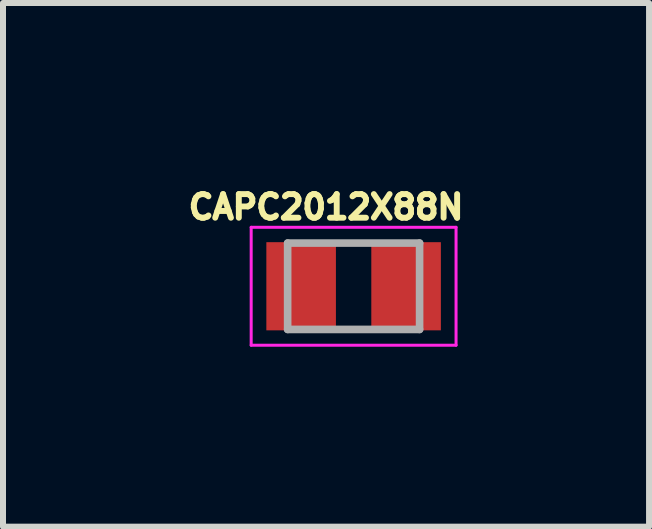
<source format=kicad_pcb>
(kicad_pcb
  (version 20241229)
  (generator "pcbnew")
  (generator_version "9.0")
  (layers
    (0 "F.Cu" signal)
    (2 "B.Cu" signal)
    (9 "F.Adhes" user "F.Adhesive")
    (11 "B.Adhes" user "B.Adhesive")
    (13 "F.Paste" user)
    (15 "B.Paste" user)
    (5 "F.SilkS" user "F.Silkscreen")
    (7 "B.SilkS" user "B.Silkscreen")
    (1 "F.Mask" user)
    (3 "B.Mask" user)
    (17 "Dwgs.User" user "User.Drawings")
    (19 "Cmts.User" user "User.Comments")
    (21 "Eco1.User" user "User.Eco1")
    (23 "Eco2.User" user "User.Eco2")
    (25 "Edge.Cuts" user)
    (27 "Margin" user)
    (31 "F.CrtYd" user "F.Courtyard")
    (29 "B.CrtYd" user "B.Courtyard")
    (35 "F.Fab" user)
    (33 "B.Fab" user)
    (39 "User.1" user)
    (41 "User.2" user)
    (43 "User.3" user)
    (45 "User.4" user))
  (footprint "CAPC2012X88N"
    (layer "F.Cu")
    (at 2.846 1.723)
    (property "Reference" "CAPC2012X88N" (at -0.46 -1.32 0) (layer "F.SilkS") (effects (font (size 0.394 0.394) (thickness 0.15))))
    (attr smd)
    (fp_line (start -1.708 -0.983) (end 1.708 -0.983) (stroke (width 0.05) (type solid)) (layer "F.CrtYd"))
    (fp_line (start -1.708 0.983) (end -1.708 -0.983) (stroke (width 0.05) (type solid)) (layer "F.CrtYd"))
    (fp_line (start -1.708 0.983) (end 1.708 0.983) (stroke (width 0.05) (type solid)) (layer "F.CrtYd"))
    (fp_line (start 1.708 0.983) (end 1.708 -0.983) (stroke (width 0.05) (type solid)) (layer "F.CrtYd"))
    (fp_line (start -1.1 0.72) (end -1.1 -0.72) (stroke (width 0.127) (type solid)) (layer "F.Fab"))
    (fp_line (start 1.1 -0.72) (end -1.1 -0.72) (stroke (width 0.127) (type solid)) (layer "F.Fab"))
    (fp_line (start 1.1 0.72) (end -1.1 0.72) (stroke (width 0.127) (type solid)) (layer "F.Fab"))
    (fp_line (start 1.1 0.72) (end 1.1 -0.72) (stroke (width 0.127) (type solid)) (layer "F.Fab"))
    (pad "1" smd rect (at -0.875 0) (size 1.16 1.47) (layers "F.Cu" "F.Mask" "F.Paste"))
    (pad "2" smd rect (at 0.875 0) (size 1.16 1.47) (layers "F.Cu" "F.Mask" "F.Paste")))
  (gr_rect
    (start -3 -3)
    (end 7.772 5.731)
    (stroke (width 0.1) (type default))
    (fill no)
    (layer "Edge.Cuts")))
</source>
